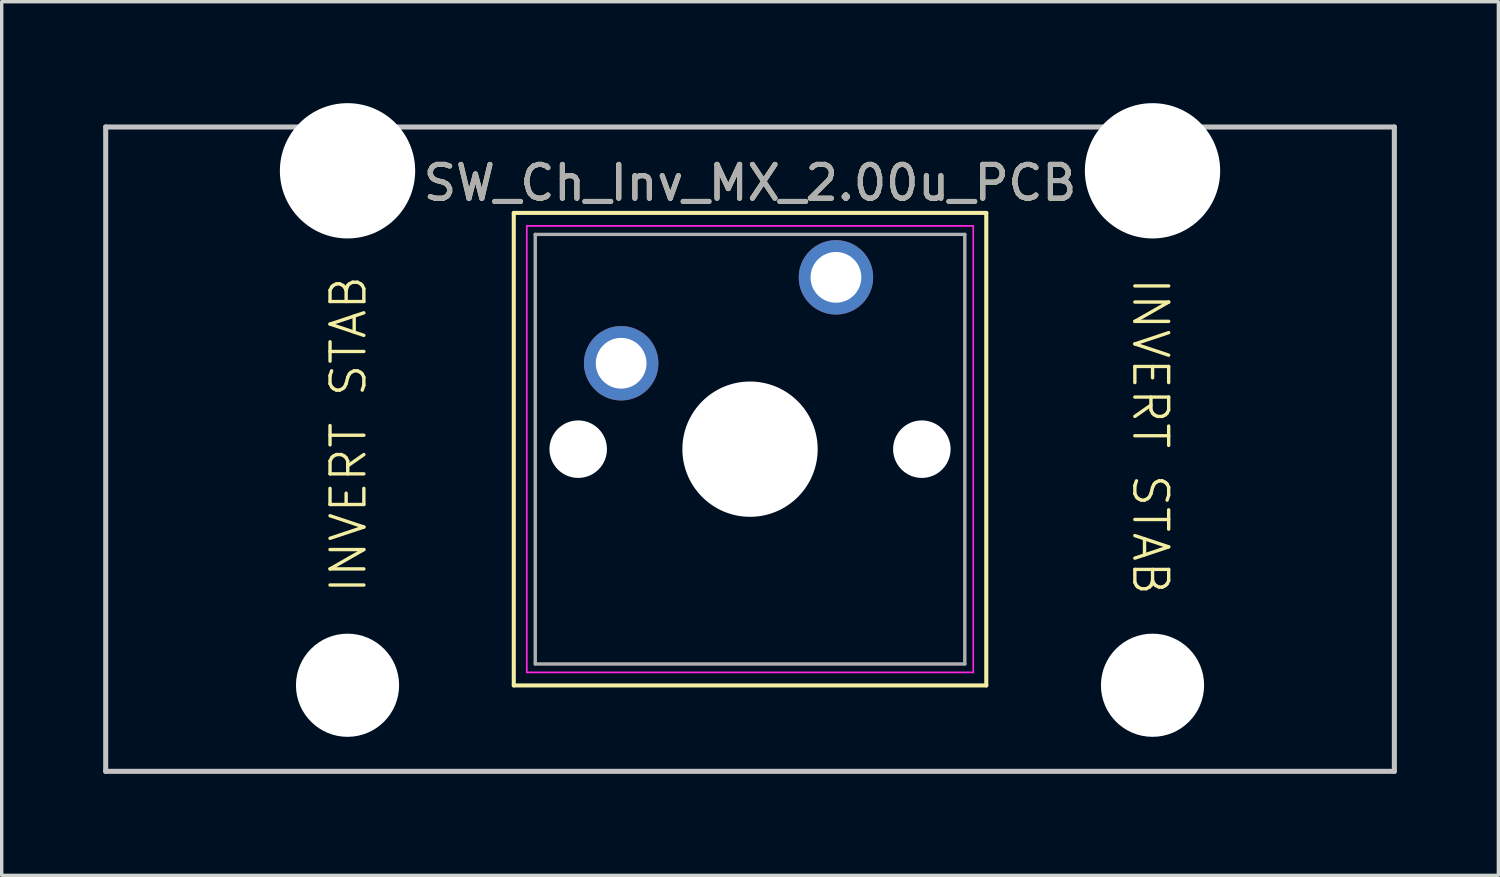
<source format=kicad_pcb>
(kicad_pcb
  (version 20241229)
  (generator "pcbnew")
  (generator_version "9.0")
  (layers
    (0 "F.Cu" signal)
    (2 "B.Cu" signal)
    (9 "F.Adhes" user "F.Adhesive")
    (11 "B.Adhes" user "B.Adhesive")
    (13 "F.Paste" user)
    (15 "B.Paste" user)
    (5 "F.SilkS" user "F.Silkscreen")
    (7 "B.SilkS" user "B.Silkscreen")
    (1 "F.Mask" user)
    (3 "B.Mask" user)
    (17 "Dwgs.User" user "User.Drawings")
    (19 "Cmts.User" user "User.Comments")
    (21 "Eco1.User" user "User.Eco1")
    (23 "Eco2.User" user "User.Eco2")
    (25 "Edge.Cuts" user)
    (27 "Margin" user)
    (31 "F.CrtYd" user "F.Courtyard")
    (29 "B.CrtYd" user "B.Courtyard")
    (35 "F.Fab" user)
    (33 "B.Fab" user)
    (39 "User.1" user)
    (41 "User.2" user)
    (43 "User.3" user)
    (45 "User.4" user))
  (footprint "SW_Ch_Inv_MX_2.00u_PCB"
    (layer "F.Cu")
    (at 21.665 5.15)
    (property "Reference" "SW_Ch_Inv_MX_2.00u_PCB" (at -2.54 -2.794 0) (layer "F.SilkS") (effects (font (size 1 1) (thickness 0.15))))
    (attr through_hole)
    (fp_line (start -9.525 -1.905) (end 4.445 -1.905) (stroke (width 0.12) (type solid)) (layer "F.SilkS"))
    (fp_line (start -9.525 12.065) (end -9.525 -1.905) (stroke (width 0.12) (type solid)) (layer "F.SilkS"))
    (fp_line (start 4.445 -1.905) (end 4.445 12.065) (stroke (width 0.12) (type solid)) (layer "F.SilkS"))
    (fp_line (start 4.445 12.065) (end -9.525 12.065) (stroke (width 0.12) (type solid)) (layer "F.SilkS"))
    (fp_line (start -21.59 -4.445) (end 16.51 -4.445) (stroke (width 0.15) (type solid)) (layer "Dwgs.User"))
    (fp_line (start -21.59 14.605) (end -21.59 -4.445) (stroke (width 0.15) (type solid)) (layer "Dwgs.User"))
    (fp_line (start 16.51 -4.445) (end 16.51 14.605) (stroke (width 0.15) (type solid)) (layer "Dwgs.User"))
    (fp_line (start 16.51 14.605) (end -21.59 14.605) (stroke (width 0.15) (type solid)) (layer "Dwgs.User"))
    (fp_line (start -9.14 -1.52) (end 4.06 -1.52) (stroke (width 0.05) (type solid)) (layer "F.CrtYd"))
    (fp_line (start -9.14 11.68) (end -9.14 -1.52) (stroke (width 0.05) (type solid)) (layer "F.CrtYd"))
    (fp_line (start 4.06 -1.52) (end 4.06 11.68) (stroke (width 0.05) (type solid)) (layer "F.CrtYd"))
    (fp_line (start 4.06 11.68) (end -9.14 11.68) (stroke (width 0.05) (type solid)) (layer "F.CrtYd"))
    (fp_line (start -8.89 -1.27) (end 3.81 -1.27) (stroke (width 0.1) (type solid)) (layer "F.Fab"))
    (fp_line (start -8.89 11.43) (end -8.89 -1.27) (stroke (width 0.1) (type solid)) (layer "F.Fab"))
    (fp_line (start 3.81 -1.27) (end 3.81 11.43) (stroke (width 0.1) (type solid)) (layer "F.Fab"))
    (fp_line (start 3.81 11.43) (end -8.89 11.43) (stroke (width 0.1) (type solid)) (layer "F.Fab"))
    (fp_text user "INVERT STAB" (at 8.71 -0.05 270) (unlocked yes) (layer "F.SilkS") (effects (font (size 1 1) (thickness 0.1)) (justify left bottom)))
    (fp_text user "INVERT STAB" (at -13.83 9.4 90) (unlocked yes) (layer "F.SilkS") (effects (font (size 1 1) (thickness 0.1)) (justify left bottom)))
    (fp_text user "${REFERENCE}" (at -2.54 -2.794 0) (layer "F.Fab") (effects (font (size 1 1) (thickness 0.15))))
    (pad "" np_thru_hole circle (at -14.44 -3.15) (size 4 4) (drill 4) (layers "*.Cu" "*.Mask"))
    (pad "" np_thru_hole circle (at -14.44 12.06) (size 3.05 3.05) (drill 3.05) (layers "*.Cu" "*.Mask"))
    (pad "" np_thru_hole circle (at -7.62 5.08) (size 1.7 1.7) (drill 1.7) (layers "*.Cu" "*.Mask"))
    (pad "" np_thru_hole circle (at -2.54 5.08) (size 4 4) (drill 4) (layers "*.Cu" "*.Mask"))
    (pad "" np_thru_hole circle (at 2.54 5.08) (size 1.7 1.7) (drill 1.7) (layers "*.Cu" "*.Mask"))
    (pad "" np_thru_hole circle (at 9.36 -3.15) (size 4 4) (drill 4) (layers "*.Cu" "*.Mask"))
    (pad "" np_thru_hole circle (at 9.36 12.06) (size 3.05 3.05) (drill 3.05) (layers "*.Cu" "*.Mask"))
    (pad "1" thru_hole circle (at 0 0) (size 2.2 2.2) (drill 1.5) (layers "*.Cu" "*.Mask"))
    (pad "2" thru_hole circle (at -6.35 2.54) (size 2.2 2.2) (drill 1.5) (layers "*.Cu" "*.Mask")))
  (gr_rect
    (start -3 -3)
    (end 41.25 22.83)
    (stroke (width 0.1) (type default))
    (fill no)
    (layer "Edge.Cuts")))
</source>
